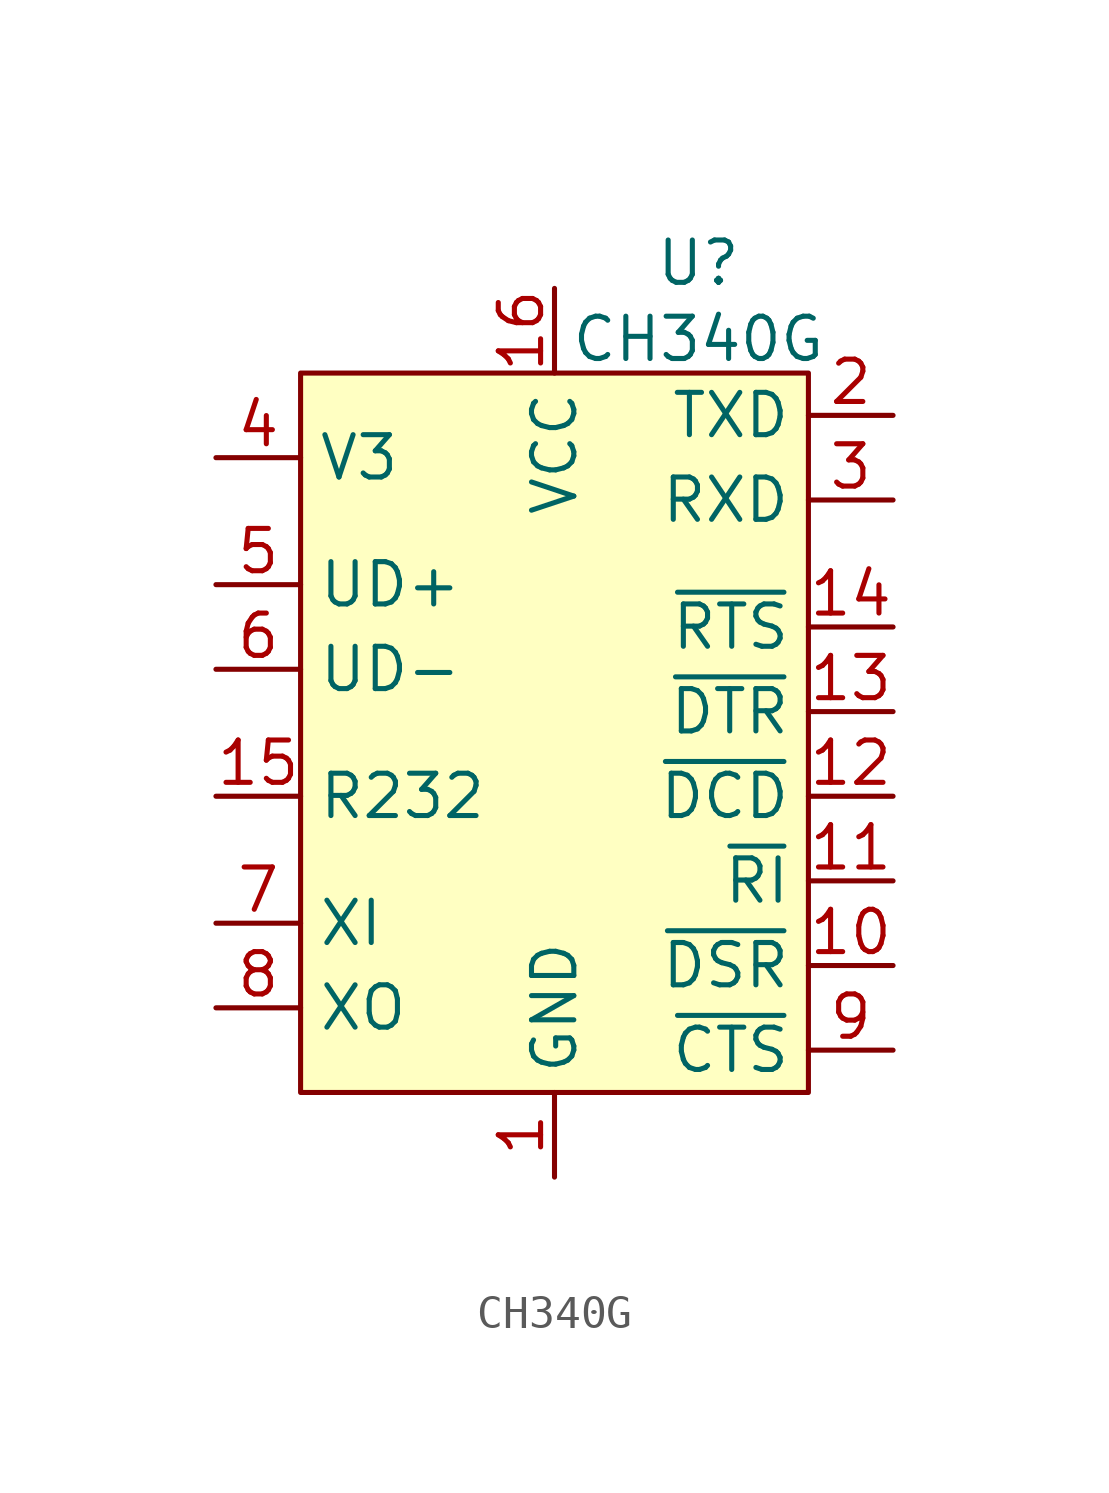
<source format=kicad_sym>
(kicad_symbol_lib
  (version 20231120)
  (generator "kicad_symbol_editor")
  (generator_version "8.0")
  (symbol "CH340G"
    (property "Reference" "U"
      (at 4.318 12.192 0)
      (effects (font (size 1.27 1.27))))
    (property "Value" "CH340G"
      (at 4.318 9.906 0)
      (effects (font (size 1.27 1.27))))
    (symbol "CH340G_1_1"
      (rectangle (start -7.62 8.89) (end 7.62 -12.7) (stroke (width 0) (type default)) (fill (type background)))
      (pin power_in line (at 0 -15.24 90) (length 2.54) (name "GND" (effects (font (size 1.27 1.27)))) (number "1" (effects (font (size 1.27 1.27)))))
      (pin input line (at 10.16 -8.89 180) (length 2.54) (name "~{DSR}" (effects (font (size 1.27 1.27)))) (number "10" (effects (font (size 1.27 1.27)))))
      (pin input line (at 10.16 -6.35 180) (length 2.54) (name "~{RI}" (effects (font (size 1.27 1.27)))) (number "11" (effects (font (size 1.27 1.27)))))
      (pin input line (at 10.16 -3.81 180) (length 2.54) (name "~{DCD}" (effects (font (size 1.27 1.27)))) (number "12" (effects (font (size 1.27 1.27)))))
      (pin output line (at 10.16 -1.27 180) (length 2.54) (name "~{DTR}" (effects (font (size 1.27 1.27)))) (number "13" (effects (font (size 1.27 1.27)))))
      (pin output line (at 10.16 1.27 180) (length 2.54) (name "~{RTS}" (effects (font (size 1.27 1.27)))) (number "14" (effects (font (size 1.27 1.27)))))
      (pin input line (at -10.16 -3.81 0) (length 2.54) (name "R232" (effects (font (size 1.27 1.27)))) (number "15" (effects (font (size 1.27 1.27)))))
      (pin power_in line (at 0 11.43 270) (length 2.54) (name "VCC" (effects (font (size 1.27 1.27)))) (number "16" (effects (font (size 1.27 1.27)))))
      (pin output line (at 10.16 7.62 180) (length 2.54) (name "TXD" (effects (font (size 1.27 1.27)))) (number "2" (effects (font (size 1.27 1.27)))))
      (pin input line (at 10.16 5.08 180) (length 2.54) (name "RXD" (effects (font (size 1.27 1.27)))) (number "3" (effects (font (size 1.27 1.27)))))
      (pin power_out line (at -10.16 6.35 0) (length 2.54) (name "V3" (effects (font (size 1.27 1.27)))) (number "4" (effects (font (size 1.27 1.27)))))
      (pin input line (at -10.16 2.54 0) (length 2.54) (name "UD+" (effects (font (size 1.27 1.27)))) (number "5" (effects (font (size 1.27 1.27)))))
      (pin input line (at -10.16 0 0) (length 2.54) (name "UD-" (effects (font (size 1.27 1.27)))) (number "6" (effects (font (size 1.27 1.27)))))
      (pin input line (at -10.16 -7.62 0) (length 2.54) (name "XI" (effects (font (size 1.27 1.27)))) (number "7" (effects (font (size 1.27 1.27)))))
      (pin output line (at -10.16 -10.16 0) (length 2.54) (name "XO" (effects (font (size 1.27 1.27)))) (number "8" (effects (font (size 1.27 1.27)))))
      (pin input line (at 10.16 -11.43 180) (length 2.54) (name "~{CTS}" (effects (font (size 1.27 1.27)))) (number "9" (effects (font (size 1.27 1.27))))))))
</source>
